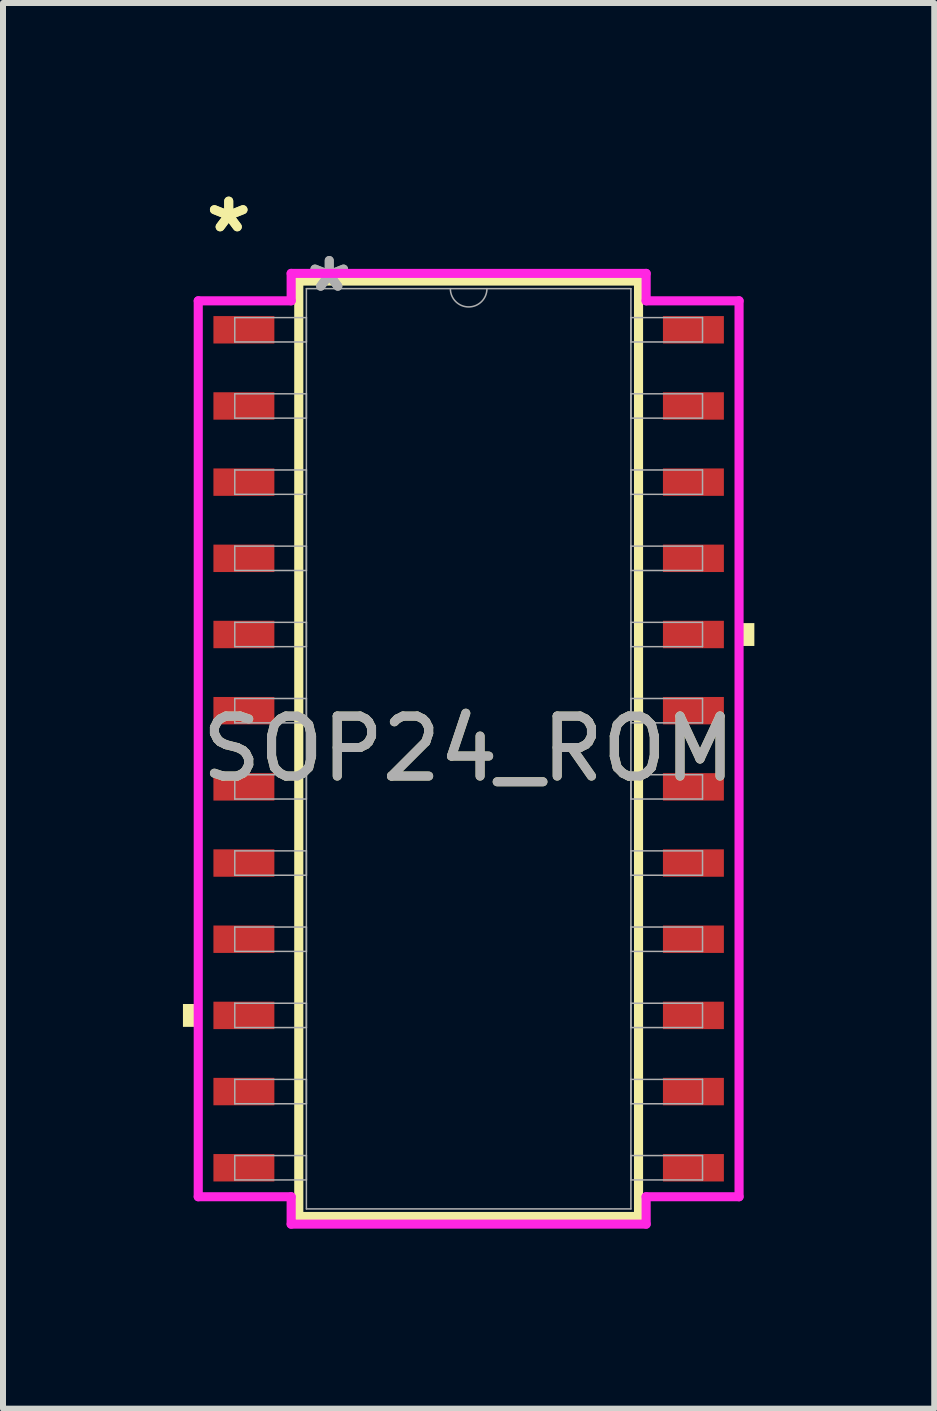
<source format=kicad_pcb>
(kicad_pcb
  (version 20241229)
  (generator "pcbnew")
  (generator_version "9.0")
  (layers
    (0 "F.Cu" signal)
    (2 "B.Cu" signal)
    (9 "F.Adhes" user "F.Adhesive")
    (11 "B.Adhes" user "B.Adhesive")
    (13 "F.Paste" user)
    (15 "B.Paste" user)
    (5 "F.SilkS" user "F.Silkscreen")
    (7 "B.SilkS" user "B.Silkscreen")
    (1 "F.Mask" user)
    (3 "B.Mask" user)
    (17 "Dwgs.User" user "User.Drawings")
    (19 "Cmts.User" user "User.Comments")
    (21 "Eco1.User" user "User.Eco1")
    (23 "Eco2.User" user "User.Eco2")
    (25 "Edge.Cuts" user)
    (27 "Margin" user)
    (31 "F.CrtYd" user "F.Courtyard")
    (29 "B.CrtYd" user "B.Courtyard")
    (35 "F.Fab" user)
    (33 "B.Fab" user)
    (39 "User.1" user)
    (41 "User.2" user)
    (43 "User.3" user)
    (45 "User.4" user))
  (footprint "SOP24_ROM"
    (layer "F.Cu")
    (at 4.763 9.433)
    (property "Reference" "SOP24_ROM" (at 0 0 0) (unlocked yes) (layer "F.SilkS") (effects (font (size 1 1) (thickness 0.15))))
    (attr smd)
    (fp_line (start -2.832 -7.798) (end -2.832 7.798) (stroke (width 0.152) (type solid)) (layer "F.SilkS"))
    (fp_line (start -2.832 7.798) (end 2.832 7.798) (stroke (width 0.152) (type solid)) (layer "F.SilkS"))
    (fp_line (start 2.832 -7.798) (end -2.832 -7.798) (stroke (width 0.152) (type solid)) (layer "F.SilkS"))
    (fp_line (start 2.832 7.798) (end 2.832 -7.798) (stroke (width 0.152) (type solid)) (layer "F.SilkS"))
    (fp_poly (pts (xy -4.763 4.255) (xy -4.763 4.636) (xy -4.508 4.636) (xy -4.508 4.255)) (stroke (width 0) (type solid)) (fill yes) (layer "F.SilkS"))
    (fp_poly (pts (xy 4.763 -2.095) (xy 4.763 -1.714) (xy 4.508 -1.714) (xy 4.508 -2.095)) (stroke (width 0) (type solid)) (fill yes) (layer "F.SilkS"))
    (fp_line (start -4.508 -7.468) (end -2.959 -7.468) (stroke (width 0.152) (type solid)) (layer "F.CrtYd"))
    (fp_line (start -4.508 7.468) (end -4.508 -7.468) (stroke (width 0.152) (type solid)) (layer "F.CrtYd"))
    (fp_line (start -4.508 7.468) (end -2.959 7.468) (stroke (width 0.152) (type solid)) (layer "F.CrtYd"))
    (fp_line (start -2.959 -7.925) (end 2.959 -7.925) (stroke (width 0.152) (type solid)) (layer "F.CrtYd"))
    (fp_line (start -2.959 -7.468) (end -2.959 -7.925) (stroke (width 0.152) (type solid)) (layer "F.CrtYd"))
    (fp_line (start -2.959 7.925) (end -2.959 7.468) (stroke (width 0.152) (type solid)) (layer "F.CrtYd"))
    (fp_line (start 2.959 -7.925) (end 2.959 -7.468) (stroke (width 0.152) (type solid)) (layer "F.CrtYd"))
    (fp_line (start 2.959 7.468) (end 2.959 7.925) (stroke (width 0.152) (type solid)) (layer "F.CrtYd"))
    (fp_line (start 2.959 7.925) (end -2.959 7.925) (stroke (width 0.152) (type solid)) (layer "F.CrtYd"))
    (fp_line (start 4.508 -7.468) (end 2.959 -7.468) (stroke (width 0.152) (type solid)) (layer "F.CrtYd"))
    (fp_line (start 4.508 -7.468) (end 4.508 7.468) (stroke (width 0.152) (type solid)) (layer "F.CrtYd"))
    (fp_line (start 4.508 7.468) (end 2.959 7.468) (stroke (width 0.152) (type solid)) (layer "F.CrtYd"))
    (fp_line (start -3.899 -7.188) (end -3.899 -6.782) (stroke (width 0.025) (type solid)) (layer "F.Fab"))
    (fp_line (start -3.899 -6.782) (end -2.705 -6.782) (stroke (width 0.025) (type solid)) (layer "F.Fab"))
    (fp_line (start -3.899 -5.918) (end -3.899 -5.512) (stroke (width 0.025) (type solid)) (layer "F.Fab"))
    (fp_line (start -3.899 -5.512) (end -2.705 -5.512) (stroke (width 0.025) (type solid)) (layer "F.Fab"))
    (fp_line (start -3.899 -4.648) (end -3.899 -4.242) (stroke (width 0.025) (type solid)) (layer "F.Fab"))
    (fp_line (start -3.899 -4.242) (end -2.705 -4.242) (stroke (width 0.025) (type solid)) (layer "F.Fab"))
    (fp_line (start -3.899 -3.378) (end -3.899 -2.972) (stroke (width 0.025) (type solid)) (layer "F.Fab"))
    (fp_line (start -3.899 -2.972) (end -2.705 -2.972) (stroke (width 0.025) (type solid)) (layer "F.Fab"))
    (fp_line (start -3.899 -2.108) (end -3.899 -1.702) (stroke (width 0.025) (type solid)) (layer "F.Fab"))
    (fp_line (start -3.899 -1.702) (end -2.705 -1.702) (stroke (width 0.025) (type solid)) (layer "F.Fab"))
    (fp_line (start -3.899 -0.838) (end -3.899 -0.432) (stroke (width 0.025) (type solid)) (layer "F.Fab"))
    (fp_line (start -3.899 -0.432) (end -2.705 -0.432) (stroke (width 0.025) (type solid)) (layer "F.Fab"))
    (fp_line (start -3.899 0.432) (end -3.899 0.838) (stroke (width 0.025) (type solid)) (layer "F.Fab"))
    (fp_line (start -3.899 0.838) (end -2.705 0.838) (stroke (width 0.025) (type solid)) (layer "F.Fab"))
    (fp_line (start -3.899 1.702) (end -3.899 2.108) (stroke (width 0.025) (type solid)) (layer "F.Fab"))
    (fp_line (start -3.899 2.108) (end -2.705 2.108) (stroke (width 0.025) (type solid)) (layer "F.Fab"))
    (fp_line (start -3.899 2.972) (end -3.899 3.378) (stroke (width 0.025) (type solid)) (layer "F.Fab"))
    (fp_line (start -3.899 3.378) (end -2.705 3.378) (stroke (width 0.025) (type solid)) (layer "F.Fab"))
    (fp_line (start -3.899 4.242) (end -3.899 4.648) (stroke (width 0.025) (type solid)) (layer "F.Fab"))
    (fp_line (start -3.899 4.648) (end -2.705 4.648) (stroke (width 0.025) (type solid)) (layer "F.Fab"))
    (fp_line (start -3.899 5.512) (end -3.899 5.918) (stroke (width 0.025) (type solid)) (layer "F.Fab"))
    (fp_line (start -3.899 5.918) (end -2.705 5.918) (stroke (width 0.025) (type solid)) (layer "F.Fab"))
    (fp_line (start -3.899 6.782) (end -3.899 7.188) (stroke (width 0.025) (type solid)) (layer "F.Fab"))
    (fp_line (start -3.899 7.188) (end -2.705 7.188) (stroke (width 0.025) (type solid)) (layer "F.Fab"))
    (fp_line (start -2.705 -7.671) (end -2.705 7.671) (stroke (width 0.025) (type solid)) (layer "F.Fab"))
    (fp_line (start -2.705 -7.188) (end -3.899 -7.188) (stroke (width 0.025) (type solid)) (layer "F.Fab"))
    (fp_line (start -2.705 -6.782) (end -2.705 -7.188) (stroke (width 0.025) (type solid)) (layer "F.Fab"))
    (fp_line (start -2.705 -5.918) (end -3.899 -5.918) (stroke (width 0.025) (type solid)) (layer "F.Fab"))
    (fp_line (start -2.705 -5.512) (end -2.705 -5.918) (stroke (width 0.025) (type solid)) (layer "F.Fab"))
    (fp_line (start -2.705 -4.648) (end -3.899 -4.648) (stroke (width 0.025) (type solid)) (layer "F.Fab"))
    (fp_line (start -2.705 -4.242) (end -2.705 -4.648) (stroke (width 0.025) (type solid)) (layer "F.Fab"))
    (fp_line (start -2.705 -3.378) (end -3.899 -3.378) (stroke (width 0.025) (type solid)) (layer "F.Fab"))
    (fp_line (start -2.705 -2.972) (end -2.705 -3.378) (stroke (width 0.025) (type solid)) (layer "F.Fab"))
    (fp_line (start -2.705 -2.108) (end -3.899 -2.108) (stroke (width 0.025) (type solid)) (layer "F.Fab"))
    (fp_line (start -2.705 -1.702) (end -2.705 -2.108) (stroke (width 0.025) (type solid)) (layer "F.Fab"))
    (fp_line (start -2.705 -0.838) (end -3.899 -0.838) (stroke (width 0.025) (type solid)) (layer "F.Fab"))
    (fp_line (start -2.705 -0.432) (end -2.705 -0.838) (stroke (width 0.025) (type solid)) (layer "F.Fab"))
    (fp_line (start -2.705 0.432) (end -3.899 0.432) (stroke (width 0.025) (type solid)) (layer "F.Fab"))
    (fp_line (start -2.705 0.838) (end -2.705 0.432) (stroke (width 0.025) (type solid)) (layer "F.Fab"))
    (fp_line (start -2.705 1.702) (end -3.899 1.702) (stroke (width 0.025) (type solid)) (layer "F.Fab"))
    (fp_line (start -2.705 2.108) (end -2.705 1.702) (stroke (width 0.025) (type solid)) (layer "F.Fab"))
    (fp_line (start -2.705 2.972) (end -3.899 2.972) (stroke (width 0.025) (type solid)) (layer "F.Fab"))
    (fp_line (start -2.705 3.378) (end -2.705 2.972) (stroke (width 0.025) (type solid)) (layer "F.Fab"))
    (fp_line (start -2.705 4.242) (end -3.899 4.242) (stroke (width 0.025) (type solid)) (layer "F.Fab"))
    (fp_line (start -2.705 4.648) (end -2.705 4.242) (stroke (width 0.025) (type solid)) (layer "F.Fab"))
    (fp_line (start -2.705 5.512) (end -3.899 5.512) (stroke (width 0.025) (type solid)) (layer "F.Fab"))
    (fp_line (start -2.705 5.918) (end -2.705 5.512) (stroke (width 0.025) (type solid)) (layer "F.Fab"))
    (fp_line (start -2.705 6.782) (end -3.899 6.782) (stroke (width 0.025) (type solid)) (layer "F.Fab"))
    (fp_line (start -2.705 7.188) (end -2.705 6.782) (stroke (width 0.025) (type solid)) (layer "F.Fab"))
    (fp_line (start -2.705 7.671) (end 2.705 7.671) (stroke (width 0.025) (type solid)) (layer "F.Fab"))
    (fp_line (start 2.705 -7.671) (end -2.705 -7.671) (stroke (width 0.025) (type solid)) (layer "F.Fab"))
    (fp_line (start 2.705 -7.188) (end 2.705 -6.782) (stroke (width 0.025) (type solid)) (layer "F.Fab"))
    (fp_line (start 2.705 -6.782) (end 3.899 -6.782) (stroke (width 0.025) (type solid)) (layer "F.Fab"))
    (fp_line (start 2.705 -5.918) (end 2.705 -5.512) (stroke (width 0.025) (type solid)) (layer "F.Fab"))
    (fp_line (start 2.705 -5.512) (end 3.899 -5.512) (stroke (width 0.025) (type solid)) (layer "F.Fab"))
    (fp_line (start 2.705 -4.648) (end 2.705 -4.242) (stroke (width 0.025) (type solid)) (layer "F.Fab"))
    (fp_line (start 2.705 -4.242) (end 3.899 -4.242) (stroke (width 0.025) (type solid)) (layer "F.Fab"))
    (fp_line (start 2.705 -3.378) (end 2.705 -2.972) (stroke (width 0.025) (type solid)) (layer "F.Fab"))
    (fp_line (start 2.705 -2.972) (end 3.899 -2.972) (stroke (width 0.025) (type solid)) (layer "F.Fab"))
    (fp_line (start 2.705 -2.108) (end 2.705 -1.702) (stroke (width 0.025) (type solid)) (layer "F.Fab"))
    (fp_line (start 2.705 -1.702) (end 3.899 -1.702) (stroke (width 0.025) (type solid)) (layer "F.Fab"))
    (fp_line (start 2.705 -0.838) (end 2.705 -0.432) (stroke (width 0.025) (type solid)) (layer "F.Fab"))
    (fp_line (start 2.705 -0.432) (end 3.899 -0.432) (stroke (width 0.025) (type solid)) (layer "F.Fab"))
    (fp_line (start 2.705 0.432) (end 2.705 0.838) (stroke (width 0.025) (type solid)) (layer "F.Fab"))
    (fp_line (start 2.705 0.838) (end 3.899 0.838) (stroke (width 0.025) (type solid)) (layer "F.Fab"))
    (fp_line (start 2.705 1.702) (end 2.705 2.108) (stroke (width 0.025) (type solid)) (layer "F.Fab"))
    (fp_line (start 2.705 2.108) (end 3.899 2.108) (stroke (width 0.025) (type solid)) (layer "F.Fab"))
    (fp_line (start 2.705 2.972) (end 2.705 3.378) (stroke (width 0.025) (type solid)) (layer "F.Fab"))
    (fp_line (start 2.705 3.378) (end 3.899 3.378) (stroke (width 0.025) (type solid)) (layer "F.Fab"))
    (fp_line (start 2.705 4.242) (end 2.705 4.648) (stroke (width 0.025) (type solid)) (layer "F.Fab"))
    (fp_line (start 2.705 4.648) (end 3.899 4.648) (stroke (width 0.025) (type solid)) (layer "F.Fab"))
    (fp_line (start 2.705 5.512) (end 2.705 5.918) (stroke (width 0.025) (type solid)) (layer "F.Fab"))
    (fp_line (start 2.705 5.918) (end 3.899 5.918) (stroke (width 0.025) (type solid)) (layer "F.Fab"))
    (fp_line (start 2.705 6.782) (end 2.705 7.188) (stroke (width 0.025) (type solid)) (layer "F.Fab"))
    (fp_line (start 2.705 7.188) (end 3.899 7.188) (stroke (width 0.025) (type solid)) (layer "F.Fab"))
    (fp_line (start 2.705 7.671) (end 2.705 -7.671) (stroke (width 0.025) (type solid)) (layer "F.Fab"))
    (fp_line (start 3.899 -7.188) (end 2.705 -7.188) (stroke (width 0.025) (type solid)) (layer "F.Fab"))
    (fp_line (start 3.899 -6.782) (end 3.899 -7.188) (stroke (width 0.025) (type solid)) (layer "F.Fab"))
    (fp_line (start 3.899 -5.918) (end 2.705 -5.918) (stroke (width 0.025) (type solid)) (layer "F.Fab"))
    (fp_line (start 3.899 -5.512) (end 3.899 -5.918) (stroke (width 0.025) (type solid)) (layer "F.Fab"))
    (fp_line (start 3.899 -4.648) (end 2.705 -4.648) (stroke (width 0.025) (type solid)) (layer "F.Fab"))
    (fp_line (start 3.899 -4.242) (end 3.899 -4.648) (stroke (width 0.025) (type solid)) (layer "F.Fab"))
    (fp_line (start 3.899 -3.378) (end 2.705 -3.378) (stroke (width 0.025) (type solid)) (layer "F.Fab"))
    (fp_line (start 3.899 -2.972) (end 3.899 -3.378) (stroke (width 0.025) (type solid)) (layer "F.Fab"))
    (fp_line (start 3.899 -2.108) (end 2.705 -2.108) (stroke (width 0.025) (type solid)) (layer "F.Fab"))
    (fp_line (start 3.899 -1.702) (end 3.899 -2.108) (stroke (width 0.025) (type solid)) (layer "F.Fab"))
    (fp_line (start 3.899 -0.838) (end 2.705 -0.838) (stroke (width 0.025) (type solid)) (layer "F.Fab"))
    (fp_line (start 3.899 -0.432) (end 3.899 -0.838) (stroke (width 0.025) (type solid)) (layer "F.Fab"))
    (fp_line (start 3.899 0.432) (end 2.705 0.432) (stroke (width 0.025) (type solid)) (layer "F.Fab"))
    (fp_line (start 3.899 0.838) (end 3.899 0.432) (stroke (width 0.025) (type solid)) (layer "F.Fab"))
    (fp_line (start 3.899 1.702) (end 2.705 1.702) (stroke (width 0.025) (type solid)) (layer "F.Fab"))
    (fp_line (start 3.899 2.108) (end 3.899 1.702) (stroke (width 0.025) (type solid)) (layer "F.Fab"))
    (fp_line (start 3.899 2.972) (end 2.705 2.972) (stroke (width 0.025) (type solid)) (layer "F.Fab"))
    (fp_line (start 3.899 3.378) (end 3.899 2.972) (stroke (width 0.025) (type solid)) (layer "F.Fab"))
    (fp_line (start 3.899 4.242) (end 2.705 4.242) (stroke (width 0.025) (type solid)) (layer "F.Fab"))
    (fp_line (start 3.899 4.648) (end 3.899 4.242) (stroke (width 0.025) (type solid)) (layer "F.Fab"))
    (fp_line (start 3.899 5.512) (end 2.705 5.512) (stroke (width 0.025) (type solid)) (layer "F.Fab"))
    (fp_line (start 3.899 5.918) (end 3.899 5.512) (stroke (width 0.025) (type solid)) (layer "F.Fab"))
    (fp_line (start 3.899 6.782) (end 2.705 6.782) (stroke (width 0.025) (type solid)) (layer "F.Fab"))
    (fp_line (start 3.899 7.188) (end 3.899 6.782) (stroke (width 0.025) (type solid)) (layer "F.Fab"))
    (fp_arc (start 0.3048 -7.6708) (mid 0 -7.366) (end -0.3048 -7.6708) (stroke (width 0.0254) (type solid)) (layer "F.Fab"))
    (fp_text user "*" (at -4 -8.585 0) (layer "F.SilkS") (effects (font (size 1 1) (thickness 0.15))))
    (fp_text user "*" (at -4 -8.585 0) (unlocked yes) (layer "F.SilkS") (effects (font (size 1 1) (thickness 0.15))))
    (fp_text user "*" (at -2.324 -7.595 0) (unlocked yes) (layer "F.Fab") (effects (font (size 1 1) (thickness 0.15))))
    (fp_text user "${REFERENCE}" (at 0 0 0) (unlocked yes) (layer "F.Fab") (effects (font (size 1 1) (thickness 0.15))))
    (fp_text user "*" (at -2.324 -7.595 0) (layer "F.Fab") (effects (font (size 1 1) (thickness 0.15))))
    (pad "1" smd rect (at -3.747 -6.985) (size 1.016 0.457) (layers "F.Cu" "F.Mask" "F.Paste"))
    (pad "2" smd rect (at -3.747 -5.715) (size 1.016 0.457) (layers "F.Cu" "F.Mask" "F.Paste"))
    (pad "3" smd rect (at -3.747 -4.445) (size 1.016 0.457) (layers "F.Cu" "F.Mask" "F.Paste"))
    (pad "4" smd rect (at -3.747 -3.175) (size 1.016 0.457) (layers "F.Cu" "F.Mask" "F.Paste"))
    (pad "5" smd rect (at -3.747 -1.905) (size 1.016 0.457) (layers "F.Cu" "F.Mask" "F.Paste"))
    (pad "6" smd rect (at -3.747 -0.635) (size 1.016 0.457) (layers "F.Cu" "F.Mask" "F.Paste"))
    (pad "7" smd rect (at -3.747 0.635) (size 1.016 0.457) (layers "F.Cu" "F.Mask" "F.Paste"))
    (pad "8" smd rect (at -3.747 1.905) (size 1.016 0.457) (layers "F.Cu" "F.Mask" "F.Paste"))
    (pad "9" smd rect (at -3.747 3.175) (size 1.016 0.457) (layers "F.Cu" "F.Mask" "F.Paste"))
    (pad "10" smd rect (at -3.747 4.445) (size 1.016 0.457) (layers "F.Cu" "F.Mask" "F.Paste"))
    (pad "11" smd rect (at -3.747 5.715) (size 1.016 0.457) (layers "F.Cu" "F.Mask" "F.Paste"))
    (pad "12" smd rect (at -3.747 6.985) (size 1.016 0.457) (layers "F.Cu" "F.Mask" "F.Paste"))
    (pad "13" smd rect (at 3.747 6.985) (size 1.016 0.457) (layers "F.Cu" "F.Mask" "F.Paste"))
    (pad "14" smd rect (at 3.747 5.715) (size 1.016 0.457) (layers "F.Cu" "F.Mask" "F.Paste"))
    (pad "15" smd rect (at 3.747 4.445) (size 1.016 0.457) (layers "F.Cu" "F.Mask" "F.Paste"))
    (pad "16" smd rect (at 3.747 3.175) (size 1.016 0.457) (layers "F.Cu" "F.Mask" "F.Paste"))
    (pad "17" smd rect (at 3.747 1.905) (size 1.016 0.457) (layers "F.Cu" "F.Mask" "F.Paste"))
    (pad "18" smd rect (at 3.747 0.635) (size 1.016 0.457) (layers "F.Cu" "F.Mask" "F.Paste"))
    (pad "19" smd rect (at 3.747 -0.635) (size 1.016 0.457) (layers "F.Cu" "F.Mask" "F.Paste"))
    (pad "20" smd rect (at 3.747 -1.905) (size 1.016 0.457) (layers "F.Cu" "F.Mask" "F.Paste"))
    (pad "21" smd rect (at 3.747 -3.175) (size 1.016 0.457) (layers "F.Cu" "F.Mask" "F.Paste"))
    (pad "22" smd rect (at 3.747 -4.445) (size 1.016 0.457) (layers "F.Cu" "F.Mask" "F.Paste"))
    (pad "23" smd rect (at 3.747 -5.715) (size 1.016 0.457) (layers "F.Cu" "F.Mask" "F.Paste"))
    (pad "24" smd rect (at 3.747 -6.985) (size 1.016 0.457) (layers "F.Cu" "F.Mask" "F.Paste")))
  (gr_rect
    (start -3 -3)
    (end 12.525 20.434)
    (stroke (width 0.1) (type default))
    (fill no)
    (layer "Edge.Cuts")))
</source>
